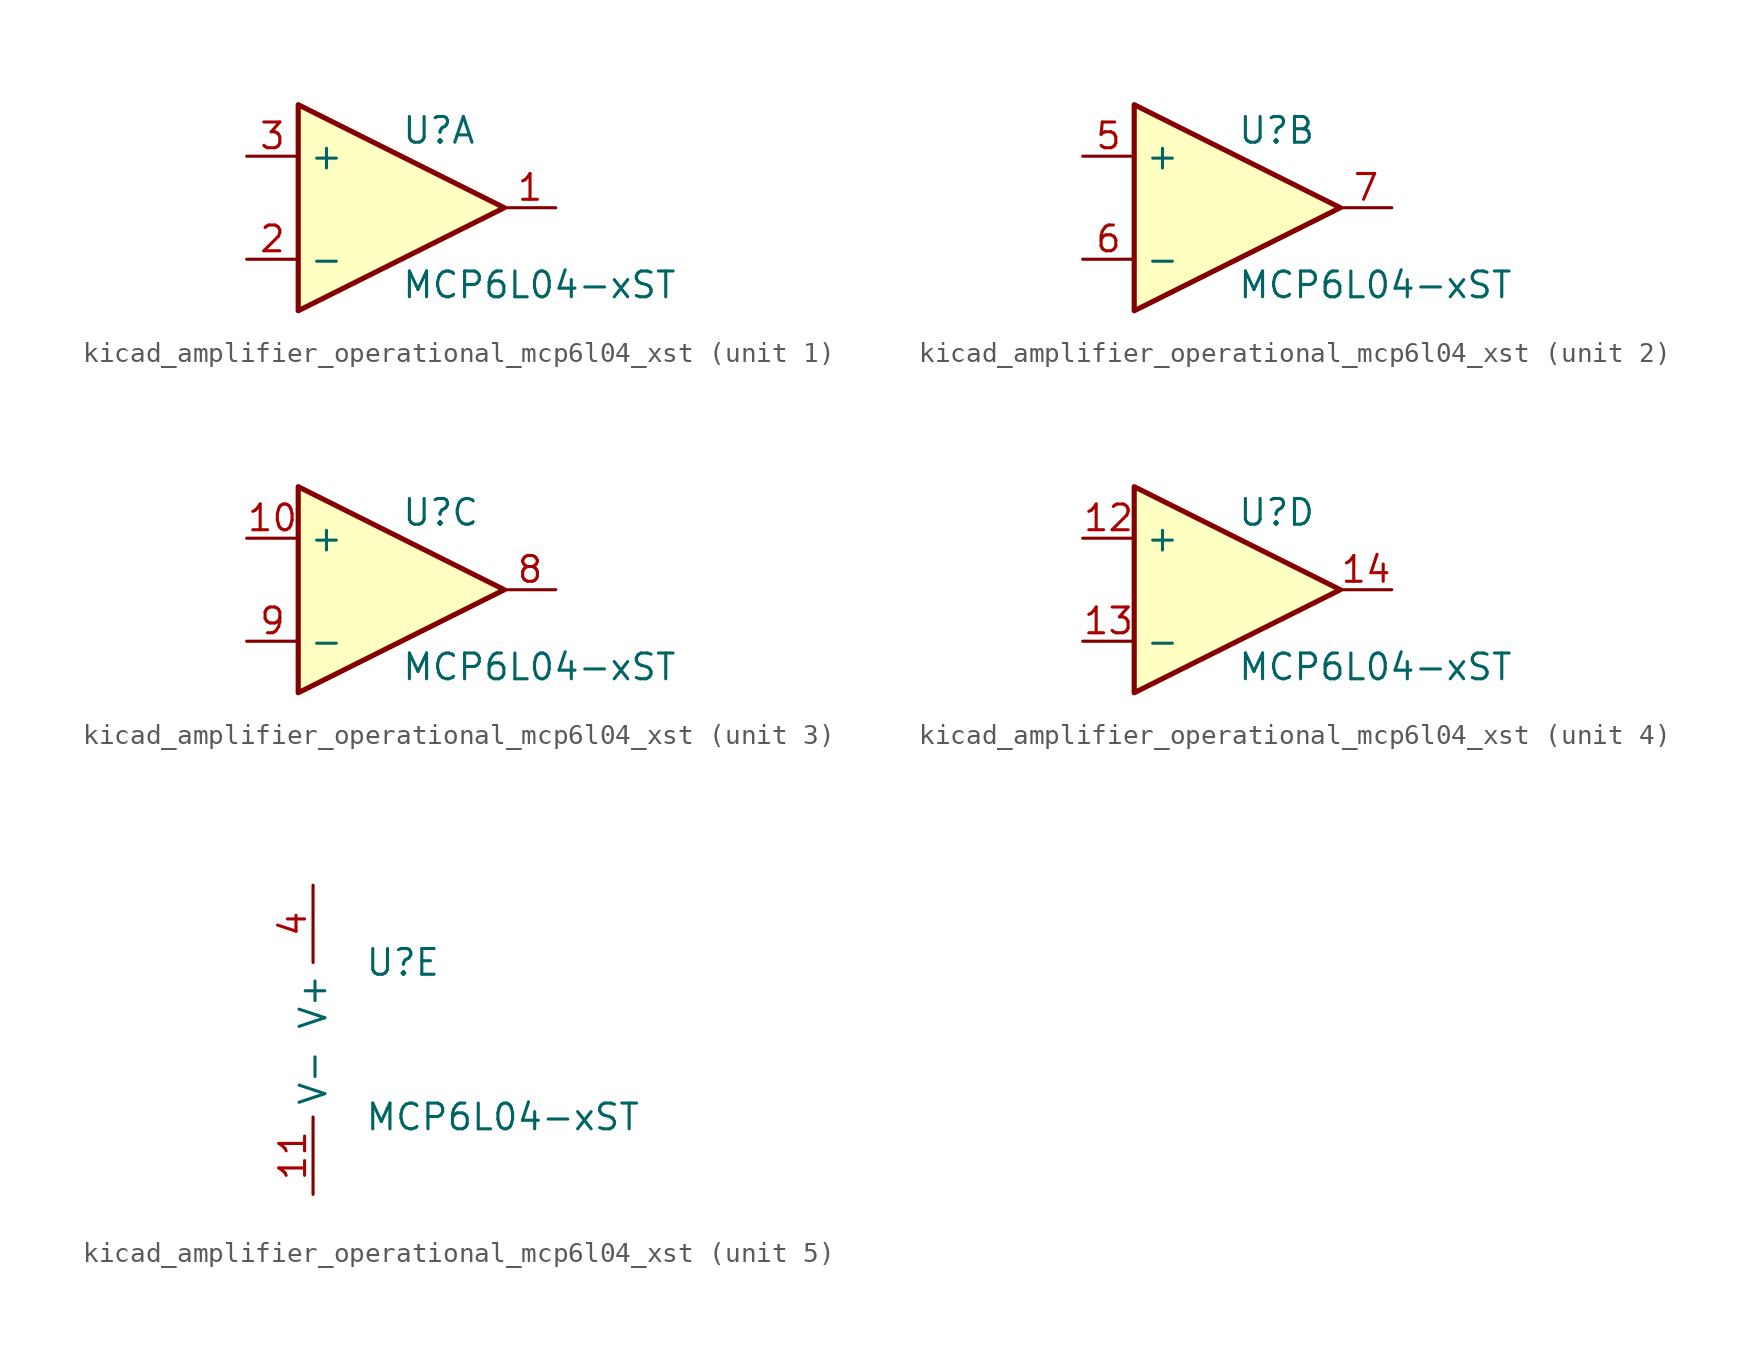
<source format=kicad_sym>
(kicad_symbol_lib
  (version 20220914)
  (generator kicad_symbol_editor)
  (symbol "kicad_amplifier_operational_mcp6l04_xst"
    (property "Reference" "U"
      (at 0 3.81 0)
      (effects (font (size 1.27 1.27)) (justify left)))
    (property "Value" "MCP6L04-xST"
      (at 0 -3.81 0)
      (effects (font (size 1.27 1.27)) (justify left)))
    (property "ki_locked" ""
      (at 0 0 0)
      (effects (font (size 1.27 1.27))))
    (symbol "kicad_amplifier_operational_mcp6l04_xst_1_1"
      (polyline (pts (xy -5.08 5.08) (xy 5.08 0) (xy -5.08 -5.08) (xy -5.08 5.08)) (stroke (width 0.254) (type default)) (fill (type background)))
      (pin output line (at 7.62 0 180) (length 2.54) (name "~" (effects (font (size 1.27 1.27)))) (number "1" (effects (font (size 1.27 1.27)))))
      (pin input line (at -7.62 -2.54 0) (length 2.54) (name "-" (effects (font (size 1.27 1.27)))) (number "2" (effects (font (size 1.27 1.27)))))
      (pin input line (at -7.62 2.54 0) (length 2.54) (name "+" (effects (font (size 1.27 1.27)))) (number "3" (effects (font (size 1.27 1.27))))))
    (symbol "kicad_amplifier_operational_mcp6l04_xst_2_1"
      (polyline (pts (xy -5.08 5.08) (xy 5.08 0) (xy -5.08 -5.08) (xy -5.08 5.08)) (stroke (width 0.254) (type default)) (fill (type background)))
      (pin input line (at -7.62 2.54 0) (length 2.54) (name "+" (effects (font (size 1.27 1.27)))) (number "5" (effects (font (size 1.27 1.27)))))
      (pin input line (at -7.62 -2.54 0) (length 2.54) (name "-" (effects (font (size 1.27 1.27)))) (number "6" (effects (font (size 1.27 1.27)))))
      (pin output line (at 7.62 0 180) (length 2.54) (name "~" (effects (font (size 1.27 1.27)))) (number "7" (effects (font (size 1.27 1.27))))))
    (symbol "kicad_amplifier_operational_mcp6l04_xst_3_1"
      (polyline (pts (xy -5.08 5.08) (xy 5.08 0) (xy -5.08 -5.08) (xy -5.08 5.08)) (stroke (width 0.254) (type default)) (fill (type background)))
      (pin input line (at -7.62 2.54 0) (length 2.54) (name "+" (effects (font (size 1.27 1.27)))) (number "10" (effects (font (size 1.27 1.27)))))
      (pin output line (at 7.62 0 180) (length 2.54) (name "~" (effects (font (size 1.27 1.27)))) (number "8" (effects (font (size 1.27 1.27)))))
      (pin input line (at -7.62 -2.54 0) (length 2.54) (name "-" (effects (font (size 1.27 1.27)))) (number "9" (effects (font (size 1.27 1.27))))))
    (symbol "kicad_amplifier_operational_mcp6l04_xst_4_1"
      (polyline (pts (xy -5.08 5.08) (xy 5.08 0) (xy -5.08 -5.08) (xy -5.08 5.08)) (stroke (width 0.254) (type default)) (fill (type background)))
      (pin input line (at -7.62 2.54 0) (length 2.54) (name "+" (effects (font (size 1.27 1.27)))) (number "12" (effects (font (size 1.27 1.27)))))
      (pin input line (at -7.62 -2.54 0) (length 2.54) (name "-" (effects (font (size 1.27 1.27)))) (number "13" (effects (font (size 1.27 1.27)))))
      (pin output line (at 7.62 0 180) (length 2.54) (name "~" (effects (font (size 1.27 1.27)))) (number "14" (effects (font (size 1.27 1.27))))))
    (symbol "kicad_amplifier_operational_mcp6l04_xst_5_1"
      (pin power_in line (at -2.54 -7.62 90) (length 3.81) (name "V-" (effects (font (size 1.27 1.27)))) (number "11" (effects (font (size 1.27 1.27)))))
      (pin power_in line (at -2.54 7.62 270) (length 3.81) (name "V+" (effects (font (size 1.27 1.27)))) (number "4" (effects (font (size 1.27 1.27))))))))
</source>
